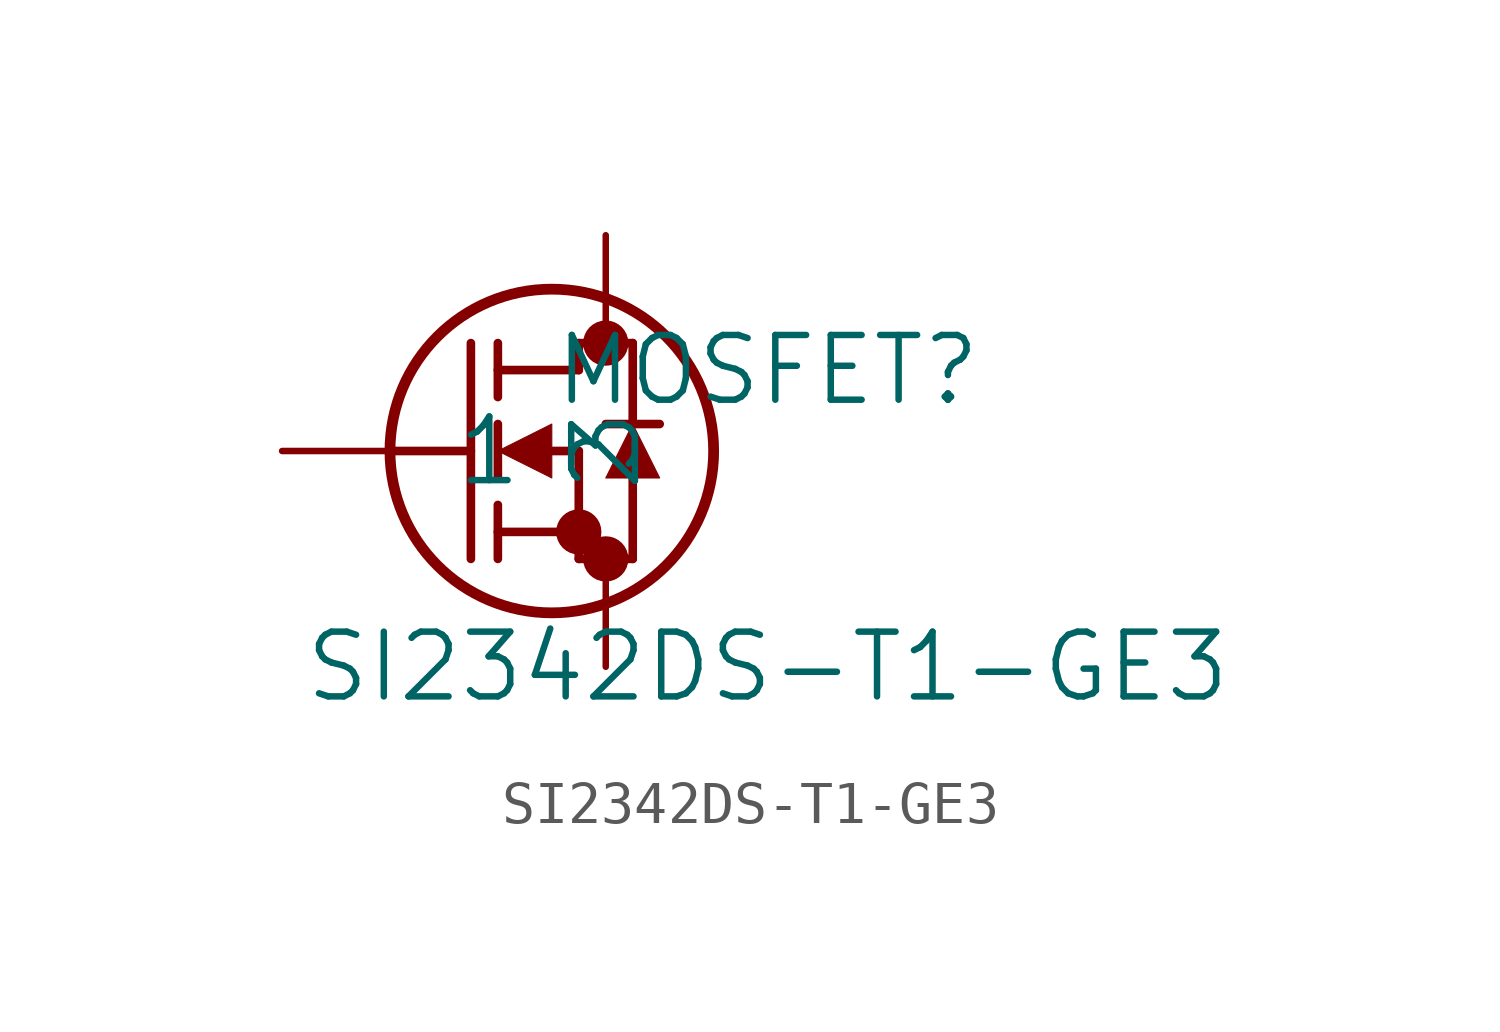
<source format=kicad_sym>
(kicad_symbol_lib
  (version 20211014)
  (generator kicad_symbol_editor)
  (symbol "SI2342DS-T1-GE3"
    (pin_numbers hide)
    (pin_names
      (offset 1.524))
    (property "Reference" "MOSFET"
      (at 11.43 1.905 0)
      (effects (font (size 1.524 1.524))))
    (property "Value" "SI2342DS-T1-GE3"
      (at 11.43 -5.08 0)
      (effects (font (size 1.524 1.524))))
    (property "Datasheet" ""
      (at 0 0 0)
      (effects (font (size 1.524 1.524))))
    (property "ki_locked" ""
      (at 0 0 0)
      (effects (font (size 1.27 1.27))))
    (symbol "SI2342DS-T1-GE3_1_1"
      (polyline (pts (xy 2.54 0) (xy 4.445 0)) (stroke (width 0.203) (type default) (color 0 0 0 0)) (fill (type none)))
      (polyline (pts (xy 4.445 -2.54) (xy 4.445 2.54)) (stroke (width 0.203) (type default) (color 0 0 0 0)) (fill (type none)))
      (polyline (pts (xy 5.08 -2.54) (xy 5.08 -1.27)) (stroke (width 0.203) (type default) (color 0 0 0 0)) (fill (type none)))
      (polyline (pts (xy 5.08 -1.905) (xy 6.985 -1.905)) (stroke (width 0.203) (type default) (color 0 0 0 0)) (fill (type none)))
      (polyline (pts (xy 5.08 -0.635) (xy 5.08 0.635)) (stroke (width 0.203) (type default) (color 0 0 0 0)) (fill (type none)))
      (polyline (pts (xy 5.08 1.27) (xy 5.08 2.54)) (stroke (width 0.203) (type default) (color 0 0 0 0)) (fill (type none)))
      (polyline (pts (xy 5.08 1.905) (xy 6.985 1.905)) (stroke (width 0.203) (type default) (color 0 0 0 0)) (fill (type none)))
      (polyline (pts (xy 6.35 0) (xy 6.985 0)) (stroke (width 0.203) (type default) (color 0 0 0 0)) (fill (type none)))
      (polyline (pts (xy 6.985 -2.54) (xy 6.985 0)) (stroke (width 0.203) (type default) (color 0 0 0 0)) (fill (type none)))
      (polyline (pts (xy 6.985 -2.54) (xy 8.255 -2.54)) (stroke (width 0.203) (type default) (color 0 0 0 0)) (fill (type none)))
      (polyline (pts (xy 6.985 1.905) (xy 6.985 2.54)) (stroke (width 0.203) (type default) (color 0 0 0 0)) (fill (type none)))
      (polyline (pts (xy 6.985 2.54) (xy 8.255 2.54)) (stroke (width 0.203) (type default) (color 0 0 0 0)) (fill (type none)))
      (polyline (pts (xy 8.255 -2.54) (xy 8.255 -0.635)) (stroke (width 0.203) (type default) (color 0 0 0 0)) (fill (type none)))
      (polyline (pts (xy 8.255 0.635) (xy 8.255 2.54)) (stroke (width 0.203) (type default) (color 0 0 0 0)) (fill (type none)))
      (polyline (pts (xy 8.89 0.635) (xy 7.62 0.635)) (stroke (width 0.203) (type default) (color 0 0 0 0)) (fill (type none)))
      (polyline (pts (xy 6.35 0.635) (xy 5.08 0) (xy 6.35 -0.635) (xy 6.35 0.635)) (stroke (width 0.025) (type default) (color 0 0 0 0)) (fill (type outline)))
      (polyline (pts (xy 8.89 -0.635) (xy 7.62 -0.635) (xy 8.255 0.635) (xy 8.89 -0.635)) (stroke (width 0.025) (type default) (color 0 0 0 0)) (fill (type outline)))
      (circle (center 6.35 0) (radius 3.81) (stroke (width 0.254) (type default) (color 0 0 0 0)) (fill (type none)))
      (circle (center 6.985 -1.905) (radius 0.025) (stroke (width 0.508) (type default) (color 0 0 0 0)) (fill (type none)))
      (circle (center 7.62 -2.54) (radius 0.025) (stroke (width 0.508) (type default) (color 0 0 0 0)) (fill (type none)))
      (circle (center 7.62 2.54) (radius 0.025) (stroke (width 0.508) (type default) (color 0 0 0 0)) (fill (type none)))
      (pin unspecified line (at 0 0 0) (length 2.54) (name "1" (effects (font (size 1.499 1.499)))) (number "1" (effects (font (size 1.499 1.499)))))
      (pin unspecified line (at 7.62 -5.08 90) (length 2.54) (name "2" (effects (font (size 1.499 1.499)))) (number "2" (effects (font (size 1.499 1.499)))))
      (pin unspecified line (at 7.62 5.08 270) (length 2.54) (name "3" (effects (font (size 1.499 1.499)))) (number "3" (effects (font (size 1.499 1.499))))))))
</source>
